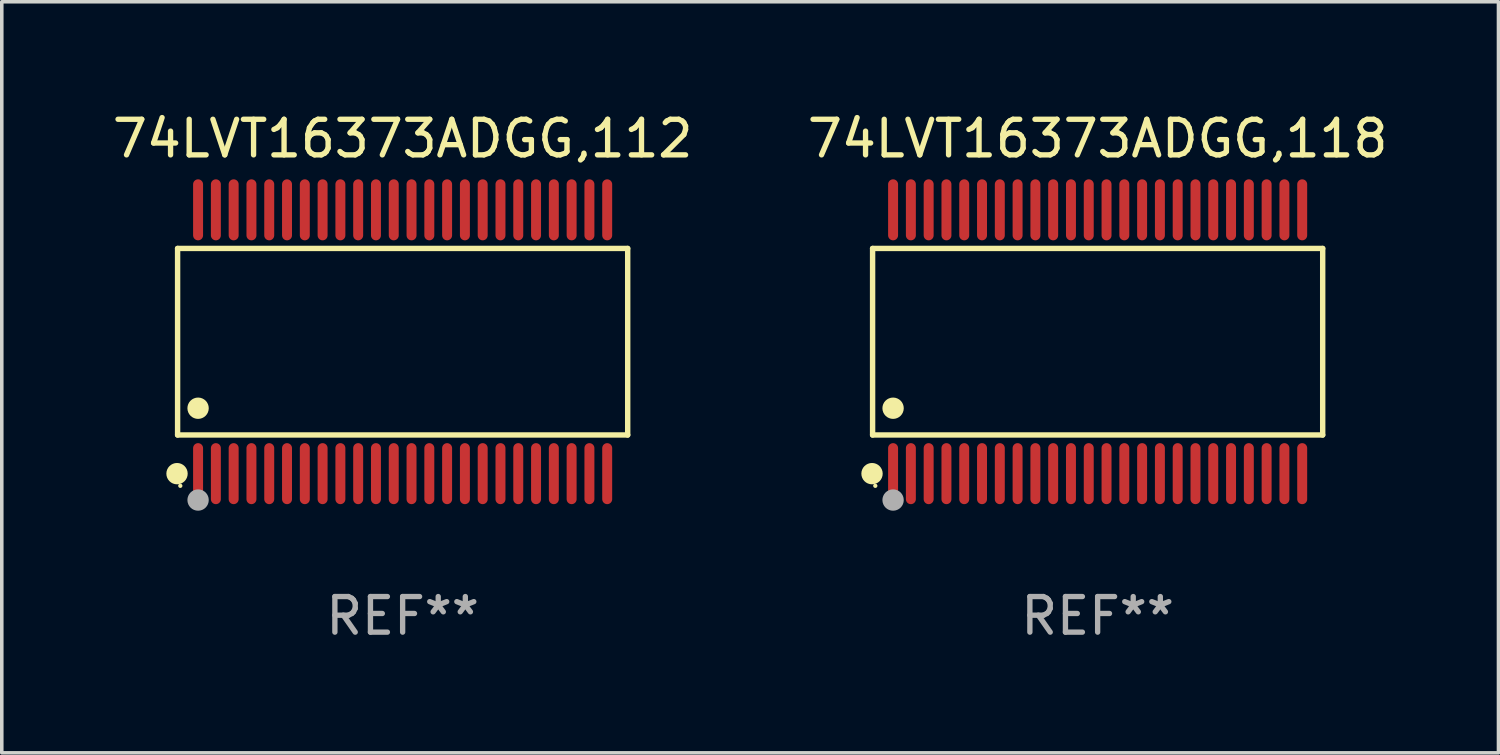
<source format=kicad_pcb>
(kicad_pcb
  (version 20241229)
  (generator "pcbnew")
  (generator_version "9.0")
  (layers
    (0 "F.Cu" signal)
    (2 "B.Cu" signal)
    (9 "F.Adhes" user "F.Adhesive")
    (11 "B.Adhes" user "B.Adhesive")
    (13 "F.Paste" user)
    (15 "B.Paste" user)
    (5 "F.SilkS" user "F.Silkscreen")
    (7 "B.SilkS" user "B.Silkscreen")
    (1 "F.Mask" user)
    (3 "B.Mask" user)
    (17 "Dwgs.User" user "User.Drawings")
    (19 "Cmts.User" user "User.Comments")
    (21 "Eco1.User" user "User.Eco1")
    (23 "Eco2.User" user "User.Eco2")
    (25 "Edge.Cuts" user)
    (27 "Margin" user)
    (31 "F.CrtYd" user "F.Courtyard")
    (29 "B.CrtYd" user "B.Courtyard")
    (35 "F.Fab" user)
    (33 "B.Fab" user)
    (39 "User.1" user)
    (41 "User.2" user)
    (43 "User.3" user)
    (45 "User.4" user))
  (footprint "74LVT16373ADGG,112"
    (layer "F.Cu")
    (at 8.268 6.556)
    (property "Reference" "74LVT16373ADGG,112" (at 0 -5.708 0) (layer "F.SilkS") (effects (font (size 1 1) (thickness 0.15))))
    (attr through_hole)
    (fp_line (start -6.326 -2.622) (end 6.326 -2.622) (stroke (width 0.152) (type solid)) (layer "F.SilkS"))
    (fp_line (start -6.326 2.621) (end -6.326 -2.622) (stroke (width 0.152) (type solid)) (layer "F.SilkS"))
    (fp_line (start 6.326 -2.622) (end 6.326 2.621) (stroke (width 0.152) (type solid)) (layer "F.SilkS"))
    (fp_line (start 6.326 2.621) (end -6.326 2.621) (stroke (width 0.152) (type solid)) (layer "F.SilkS"))
    (fp_circle (center -6.342 3.708) (end -6.192 3.708) (stroke (width 0.3) (type solid)) (fill no) (layer "F.SilkS"))
    (fp_circle (center -6.25 4.05) (end -6.22 4.05) (stroke (width 0.06) (type solid)) (fill no) (layer "F.SilkS"))
    (fp_circle (center -5.75 1.869) (end -5.6 1.869) (stroke (width 0.3) (type solid)) (fill no) (layer "F.SilkS"))
    (fp_circle (center -5.75 4.45) (end -5.6 4.45) (stroke (width 0.3) (type solid)) (fill no) (layer "F.Fab"))
    (fp_text user "REF**" (at 0 7.708 0) (layer "F.Fab") (effects (font (size 1 1) (thickness 0.15))))
    (pad "1" smd oval (at -5.75 3.708) (size 0.28 1.715) (layers "F.Cu" "F.Mask" "F.Paste"))
    (pad "2" smd oval (at -5.25 3.708) (size 0.28 1.715) (layers "F.Cu" "F.Mask" "F.Paste"))
    (pad "3" smd oval (at -4.75 3.708) (size 0.28 1.715) (layers "F.Cu" "F.Mask" "F.Paste"))
    (pad "4" smd oval (at -4.25 3.708) (size 0.28 1.715) (layers "F.Cu" "F.Mask" "F.Paste"))
    (pad "5" smd oval (at -3.75 3.708) (size 0.28 1.715) (layers "F.Cu" "F.Mask" "F.Paste"))
    (pad "6" smd oval (at -3.25 3.708) (size 0.28 1.715) (layers "F.Cu" "F.Mask" "F.Paste"))
    (pad "7" smd oval (at -2.75 3.708) (size 0.28 1.715) (layers "F.Cu" "F.Mask" "F.Paste"))
    (pad "8" smd oval (at -2.25 3.708) (size 0.28 1.715) (layers "F.Cu" "F.Mask" "F.Paste"))
    (pad "9" smd oval (at -1.75 3.708) (size 0.28 1.715) (layers "F.Cu" "F.Mask" "F.Paste"))
    (pad "10" smd oval (at -1.25 3.708) (size 0.28 1.715) (layers "F.Cu" "F.Mask" "F.Paste"))
    (pad "11" smd oval (at -0.75 3.708) (size 0.28 1.715) (layers "F.Cu" "F.Mask" "F.Paste"))
    (pad "12" smd oval (at -0.25 3.708) (size 0.28 1.715) (layers "F.Cu" "F.Mask" "F.Paste"))
    (pad "13" smd oval (at 0.25 3.708) (size 0.28 1.715) (layers "F.Cu" "F.Mask" "F.Paste"))
    (pad "14" smd oval (at 0.75 3.708) (size 0.28 1.715) (layers "F.Cu" "F.Mask" "F.Paste"))
    (pad "15" smd oval (at 1.25 3.708) (size 0.28 1.715) (layers "F.Cu" "F.Mask" "F.Paste"))
    (pad "16" smd oval (at 1.75 3.708) (size 0.28 1.715) (layers "F.Cu" "F.Mask" "F.Paste"))
    (pad "17" smd oval (at 2.25 3.708) (size 0.28 1.715) (layers "F.Cu" "F.Mask" "F.Paste"))
    (pad "18" smd oval (at 2.75 3.708) (size 0.28 1.715) (layers "F.Cu" "F.Mask" "F.Paste"))
    (pad "19" smd oval (at 3.25 3.708) (size 0.28 1.715) (layers "F.Cu" "F.Mask" "F.Paste"))
    (pad "20" smd oval (at 3.75 3.708) (size 0.28 1.715) (layers "F.Cu" "F.Mask" "F.Paste"))
    (pad "21" smd oval (at 4.25 3.708) (size 0.28 1.715) (layers "F.Cu" "F.Mask" "F.Paste"))
    (pad "22" smd oval (at 4.75 3.708) (size 0.28 1.715) (layers "F.Cu" "F.Mask" "F.Paste"))
    (pad "23" smd oval (at 5.25 3.708) (size 0.28 1.715) (layers "F.Cu" "F.Mask" "F.Paste"))
    (pad "24" smd oval (at 5.75 3.708) (size 0.28 1.715) (layers "F.Cu" "F.Mask" "F.Paste"))
    (pad "25" smd oval (at 5.75 -3.708) (size 0.28 1.715) (layers "F.Cu" "F.Mask" "F.Paste"))
    (pad "26" smd oval (at 5.25 -3.708) (size 0.28 1.715) (layers "F.Cu" "F.Mask" "F.Paste"))
    (pad "27" smd oval (at 4.75 -3.708) (size 0.28 1.715) (layers "F.Cu" "F.Mask" "F.Paste"))
    (pad "28" smd oval (at 4.25 -3.708) (size 0.28 1.715) (layers "F.Cu" "F.Mask" "F.Paste"))
    (pad "29" smd oval (at 3.75 -3.708) (size 0.28 1.715) (layers "F.Cu" "F.Mask" "F.Paste"))
    (pad "30" smd oval (at 3.25 -3.708) (size 0.28 1.715) (layers "F.Cu" "F.Mask" "F.Paste"))
    (pad "31" smd oval (at 2.75 -3.708) (size 0.28 1.715) (layers "F.Cu" "F.Mask" "F.Paste"))
    (pad "32" smd oval (at 2.25 -3.708) (size 0.28 1.715) (layers "F.Cu" "F.Mask" "F.Paste"))
    (pad "33" smd oval (at 1.75 -3.708) (size 0.28 1.715) (layers "F.Cu" "F.Mask" "F.Paste"))
    (pad "34" smd oval (at 1.25 -3.708) (size 0.28 1.715) (layers "F.Cu" "F.Mask" "F.Paste"))
    (pad "35" smd oval (at 0.75 -3.708) (size 0.28 1.715) (layers "F.Cu" "F.Mask" "F.Paste"))
    (pad "36" smd oval (at 0.25 -3.708) (size 0.28 1.715) (layers "F.Cu" "F.Mask" "F.Paste"))
    (pad "37" smd oval (at -0.25 -3.708) (size 0.28 1.715) (layers "F.Cu" "F.Mask" "F.Paste"))
    (pad "38" smd oval (at -0.75 -3.708) (size 0.28 1.715) (layers "F.Cu" "F.Mask" "F.Paste"))
    (pad "39" smd oval (at -1.25 -3.708) (size 0.28 1.715) (layers "F.Cu" "F.Mask" "F.Paste"))
    (pad "40" smd oval (at -1.75 -3.708) (size 0.28 1.715) (layers "F.Cu" "F.Mask" "F.Paste"))
    (pad "41" smd oval (at -2.25 -3.708) (size 0.28 1.715) (layers "F.Cu" "F.Mask" "F.Paste"))
    (pad "42" smd oval (at -2.75 -3.708) (size 0.28 1.715) (layers "F.Cu" "F.Mask" "F.Paste"))
    (pad "43" smd oval (at -3.25 -3.708) (size 0.28 1.715) (layers "F.Cu" "F.Mask" "F.Paste"))
    (pad "44" smd oval (at -3.75 -3.708) (size 0.28 1.715) (layers "F.Cu" "F.Mask" "F.Paste"))
    (pad "45" smd oval (at -4.25 -3.708) (size 0.28 1.715) (layers "F.Cu" "F.Mask" "F.Paste"))
    (pad "46" smd oval (at -4.75 -3.708) (size 0.28 1.715) (layers "F.Cu" "F.Mask" "F.Paste"))
    (pad "47" smd oval (at -5.25 -3.708) (size 0.28 1.715) (layers "F.Cu" "F.Mask" "F.Paste"))
    (pad "48" smd oval (at -5.75 -3.708) (size 0.28 1.715) (layers "F.Cu" "F.Mask" "F.Paste")))
  (footprint "74LVT16373ADGG,118"
    (layer "F.Cu")
    (at 27.804 6.556)
    (property "Reference" "74LVT16373ADGG,118" (at 0 -5.708 0) (layer "F.SilkS") (effects (font (size 1 1) (thickness 0.15))))
    (attr through_hole)
    (fp_line (start -6.326 -2.622) (end 6.326 -2.622) (stroke (width 0.152) (type solid)) (layer "F.SilkS"))
    (fp_line (start -6.326 2.621) (end -6.326 -2.622) (stroke (width 0.152) (type solid)) (layer "F.SilkS"))
    (fp_line (start 6.326 -2.622) (end 6.326 2.621) (stroke (width 0.152) (type solid)) (layer "F.SilkS"))
    (fp_line (start 6.326 2.621) (end -6.326 2.621) (stroke (width 0.152) (type solid)) (layer "F.SilkS"))
    (fp_circle (center -6.342 3.708) (end -6.192 3.708) (stroke (width 0.3) (type solid)) (fill no) (layer "F.SilkS"))
    (fp_circle (center -6.25 4.05) (end -6.22 4.05) (stroke (width 0.06) (type solid)) (fill no) (layer "F.SilkS"))
    (fp_circle (center -5.75 1.869) (end -5.6 1.869) (stroke (width 0.3) (type solid)) (fill no) (layer "F.SilkS"))
    (fp_circle (center -5.75 4.45) (end -5.6 4.45) (stroke (width 0.3) (type solid)) (fill no) (layer "F.Fab"))
    (fp_text user "REF**" (at 0 7.708 0) (layer "F.Fab") (effects (font (size 1 1) (thickness 0.15))))
    (pad "1" smd oval (at -5.75 3.708) (size 0.28 1.715) (layers "F.Cu" "F.Mask" "F.Paste"))
    (pad "2" smd oval (at -5.25 3.708) (size 0.28 1.715) (layers "F.Cu" "F.Mask" "F.Paste"))
    (pad "3" smd oval (at -4.75 3.708) (size 0.28 1.715) (layers "F.Cu" "F.Mask" "F.Paste"))
    (pad "4" smd oval (at -4.25 3.708) (size 0.28 1.715) (layers "F.Cu" "F.Mask" "F.Paste"))
    (pad "5" smd oval (at -3.75 3.708) (size 0.28 1.715) (layers "F.Cu" "F.Mask" "F.Paste"))
    (pad "6" smd oval (at -3.25 3.708) (size 0.28 1.715) (layers "F.Cu" "F.Mask" "F.Paste"))
    (pad "7" smd oval (at -2.75 3.708) (size 0.28 1.715) (layers "F.Cu" "F.Mask" "F.Paste"))
    (pad "8" smd oval (at -2.25 3.708) (size 0.28 1.715) (layers "F.Cu" "F.Mask" "F.Paste"))
    (pad "9" smd oval (at -1.75 3.708) (size 0.28 1.715) (layers "F.Cu" "F.Mask" "F.Paste"))
    (pad "10" smd oval (at -1.25 3.708) (size 0.28 1.715) (layers "F.Cu" "F.Mask" "F.Paste"))
    (pad "11" smd oval (at -0.75 3.708) (size 0.28 1.715) (layers "F.Cu" "F.Mask" "F.Paste"))
    (pad "12" smd oval (at -0.25 3.708) (size 0.28 1.715) (layers "F.Cu" "F.Mask" "F.Paste"))
    (pad "13" smd oval (at 0.25 3.708) (size 0.28 1.715) (layers "F.Cu" "F.Mask" "F.Paste"))
    (pad "14" smd oval (at 0.75 3.708) (size 0.28 1.715) (layers "F.Cu" "F.Mask" "F.Paste"))
    (pad "15" smd oval (at 1.25 3.708) (size 0.28 1.715) (layers "F.Cu" "F.Mask" "F.Paste"))
    (pad "16" smd oval (at 1.75 3.708) (size 0.28 1.715) (layers "F.Cu" "F.Mask" "F.Paste"))
    (pad "17" smd oval (at 2.25 3.708) (size 0.28 1.715) (layers "F.Cu" "F.Mask" "F.Paste"))
    (pad "18" smd oval (at 2.75 3.708) (size 0.28 1.715) (layers "F.Cu" "F.Mask" "F.Paste"))
    (pad "19" smd oval (at 3.25 3.708) (size 0.28 1.715) (layers "F.Cu" "F.Mask" "F.Paste"))
    (pad "20" smd oval (at 3.75 3.708) (size 0.28 1.715) (layers "F.Cu" "F.Mask" "F.Paste"))
    (pad "21" smd oval (at 4.25 3.708) (size 0.28 1.715) (layers "F.Cu" "F.Mask" "F.Paste"))
    (pad "22" smd oval (at 4.75 3.708) (size 0.28 1.715) (layers "F.Cu" "F.Mask" "F.Paste"))
    (pad "23" smd oval (at 5.25 3.708) (size 0.28 1.715) (layers "F.Cu" "F.Mask" "F.Paste"))
    (pad "24" smd oval (at 5.75 3.708) (size 0.28 1.715) (layers "F.Cu" "F.Mask" "F.Paste"))
    (pad "25" smd oval (at 5.75 -3.708) (size 0.28 1.715) (layers "F.Cu" "F.Mask" "F.Paste"))
    (pad "26" smd oval (at 5.25 -3.708) (size 0.28 1.715) (layers "F.Cu" "F.Mask" "F.Paste"))
    (pad "27" smd oval (at 4.75 -3.708) (size 0.28 1.715) (layers "F.Cu" "F.Mask" "F.Paste"))
    (pad "28" smd oval (at 4.25 -3.708) (size 0.28 1.715) (layers "F.Cu" "F.Mask" "F.Paste"))
    (pad "29" smd oval (at 3.75 -3.708) (size 0.28 1.715) (layers "F.Cu" "F.Mask" "F.Paste"))
    (pad "30" smd oval (at 3.25 -3.708) (size 0.28 1.715) (layers "F.Cu" "F.Mask" "F.Paste"))
    (pad "31" smd oval (at 2.75 -3.708) (size 0.28 1.715) (layers "F.Cu" "F.Mask" "F.Paste"))
    (pad "32" smd oval (at 2.25 -3.708) (size 0.28 1.715) (layers "F.Cu" "F.Mask" "F.Paste"))
    (pad "33" smd oval (at 1.75 -3.708) (size 0.28 1.715) (layers "F.Cu" "F.Mask" "F.Paste"))
    (pad "34" smd oval (at 1.25 -3.708) (size 0.28 1.715) (layers "F.Cu" "F.Mask" "F.Paste"))
    (pad "35" smd oval (at 0.75 -3.708) (size 0.28 1.715) (layers "F.Cu" "F.Mask" "F.Paste"))
    (pad "36" smd oval (at 0.25 -3.708) (size 0.28 1.715) (layers "F.Cu" "F.Mask" "F.Paste"))
    (pad "37" smd oval (at -0.25 -3.708) (size 0.28 1.715) (layers "F.Cu" "F.Mask" "F.Paste"))
    (pad "38" smd oval (at -0.75 -3.708) (size 0.28 1.715) (layers "F.Cu" "F.Mask" "F.Paste"))
    (pad "39" smd oval (at -1.25 -3.708) (size 0.28 1.715) (layers "F.Cu" "F.Mask" "F.Paste"))
    (pad "40" smd oval (at -1.75 -3.708) (size 0.28 1.715) (layers "F.Cu" "F.Mask" "F.Paste"))
    (pad "41" smd oval (at -2.25 -3.708) (size 0.28 1.715) (layers "F.Cu" "F.Mask" "F.Paste"))
    (pad "42" smd oval (at -2.75 -3.708) (size 0.28 1.715) (layers "F.Cu" "F.Mask" "F.Paste"))
    (pad "43" smd oval (at -3.25 -3.708) (size 0.28 1.715) (layers "F.Cu" "F.Mask" "F.Paste"))
    (pad "44" smd oval (at -3.75 -3.708) (size 0.28 1.715) (layers "F.Cu" "F.Mask" "F.Paste"))
    (pad "45" smd oval (at -4.25 -3.708) (size 0.28 1.715) (layers "F.Cu" "F.Mask" "F.Paste"))
    (pad "46" smd oval (at -4.75 -3.708) (size 0.28 1.715) (layers "F.Cu" "F.Mask" "F.Paste"))
    (pad "47" smd oval (at -5.25 -3.708) (size 0.28 1.715) (layers "F.Cu" "F.Mask" "F.Paste"))
    (pad "48" smd oval (at -5.75 -3.708) (size 0.28 1.715) (layers "F.Cu" "F.Mask" "F.Paste")))
  (gr_rect
    (start -3 -3)
    (end 39.071 18.112)
    (stroke (width 0.1) (type default))
    (fill no)
    (layer "Edge.Cuts")))
</source>
